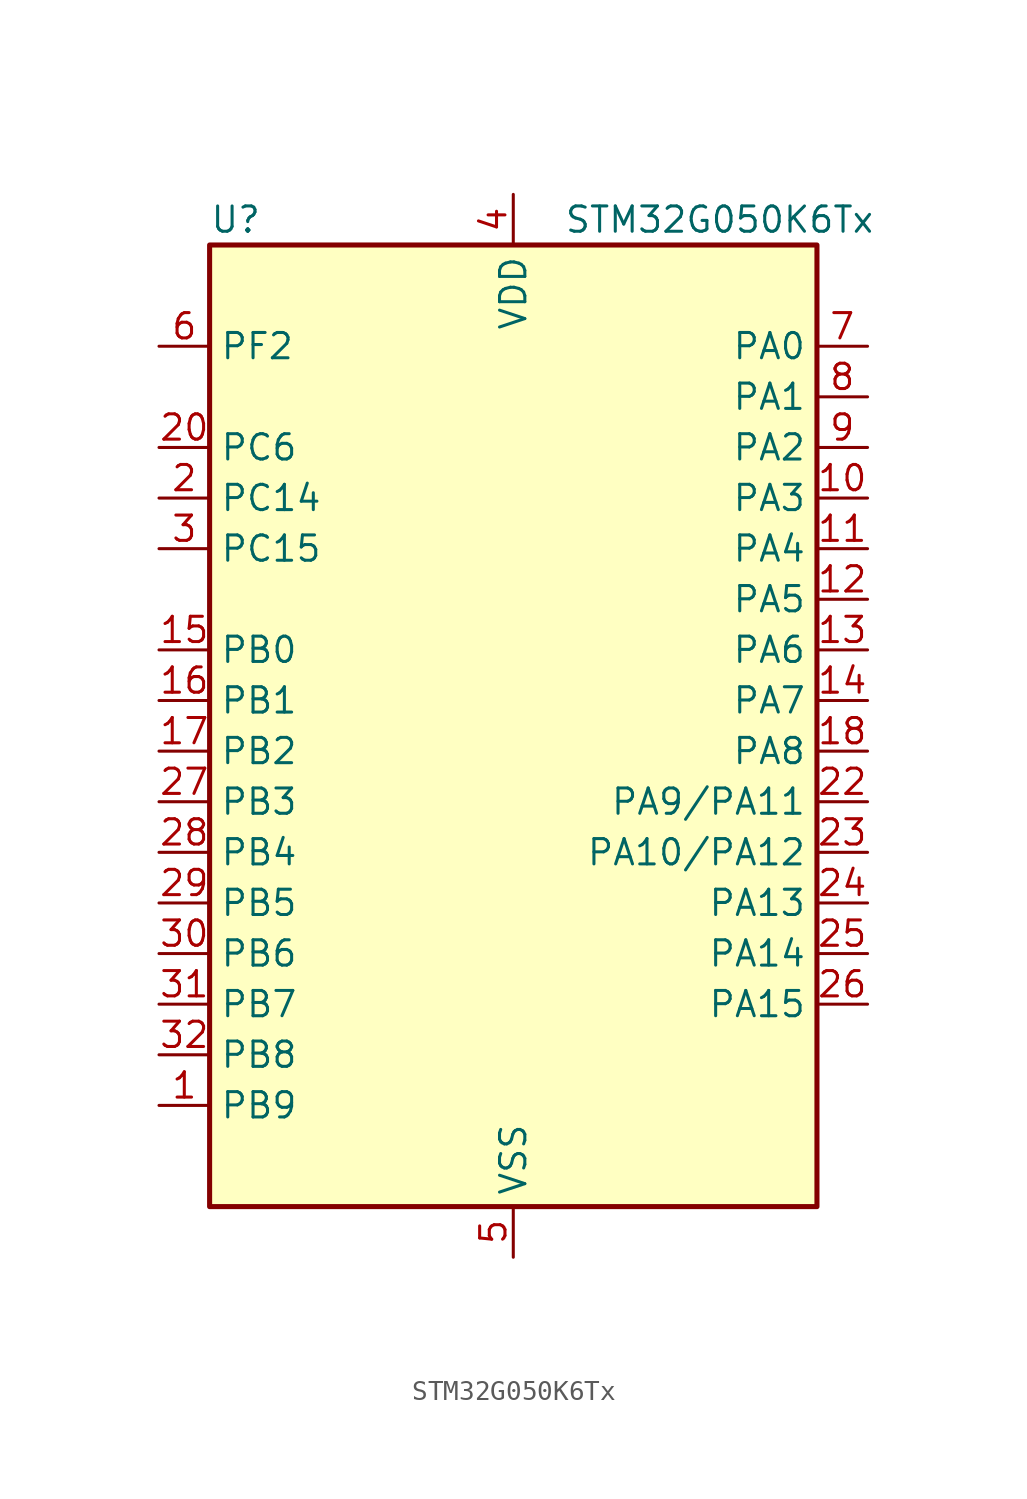
<source format=kicad_sym>
(kicad_symbol_lib
  (version 20241209)
  (generator "kicad_symbol_editor")
  (generator_version "9.0")
  (symbol "STM32G050K6Tx"
    (property "Reference" "U"
      (at -15.24 26.67 0)
      (effects (font (size 1.27 1.27)) (justify left)))
    (property "Value" "STM32G050K6Tx"
      (at 2.54 26.67 0)
      (effects (font (size 1.27 1.27)) (justify left)))
    (symbol "STM32G050K6Tx_0_1"
      (rectangle (start -15.24 -22.86) (end 15.24 25.4) (stroke (width 0.254) (type default)) (fill (type background))))
    (symbol "STM32G050K6Tx_1_1"
      (pin bidirectional line (at -17.78 20.32 0) (length 2.54) (name "PF2" (effects (font (size 1.27 1.27)))) (number "6" (effects (font (size 1.27 1.27)))) (alternate "RCC_MCO" bidirectional line))
      (pin bidirectional line (at -17.78 15.24 0) (length 2.54) (name "PC6" (effects (font (size 1.27 1.27)))) (number "20" (effects (font (size 1.27 1.27)))) (alternate "TIM3_CH1" bidirectional line))
      (pin bidirectional line (at -17.78 12.7 0) (length 2.54) (name "PC14" (effects (font (size 1.27 1.27)))) (number "2" (effects (font (size 1.27 1.27)))) (alternate "RCC_OSC32_IN" bidirectional line) (alternate "RCC_OSC_IN" bidirectional line) (alternate "TIM1_BK2" bidirectional line))
      (pin bidirectional line (at -17.78 10.16 0) (length 2.54) (name "PC15" (effects (font (size 1.27 1.27)))) (number "3" (effects (font (size 1.27 1.27)))) (alternate "RCC_OSC32_EN" bidirectional line) (alternate "RCC_OSC32_OUT" bidirectional line) (alternate "RCC_OSC_EN" bidirectional line) (alternate "TIM15_BK" bidirectional line))
      (pin bidirectional line (at -17.78 5.08 0) (length 2.54) (name "PB0" (effects (font (size 1.27 1.27)))) (number "15" (effects (font (size 1.27 1.27)))) (alternate "ADC1_IN8" bidirectional line) (alternate "I2S1_WS" bidirectional line) (alternate "SPI1_NSS" bidirectional line) (alternate "TIM1_CH2N" bidirectional line) (alternate "TIM3_CH3" bidirectional line))
      (pin bidirectional line (at -17.78 2.54 0) (length 2.54) (name "PB1" (effects (font (size 1.27 1.27)))) (number "16" (effects (font (size 1.27 1.27)))) (alternate "ADC1_IN9" bidirectional line) (alternate "TIM14_CH1" bidirectional line) (alternate "TIM1_CH3N" bidirectional line) (alternate "TIM3_CH4" bidirectional line))
      (pin bidirectional line (at -17.78 0 0) (length 2.54) (name "PB2" (effects (font (size 1.27 1.27)))) (number "17" (effects (font (size 1.27 1.27)))) (alternate "ADC1_IN10" bidirectional line) (alternate "SPI2_MISO" bidirectional line))
      (pin bidirectional line (at -17.78 -2.54 0) (length 2.54) (name "PB3" (effects (font (size 1.27 1.27)))) (number "27" (effects (font (size 1.27 1.27)))) (alternate "I2S1_CK" bidirectional line) (alternate "SPI1_SCK" bidirectional line) (alternate "TIM1_CH2" bidirectional line) (alternate "USART1_CK" bidirectional line) (alternate "USART1_DE" bidirectional line) (alternate "USART1_RTS" bidirectional line))
      (pin bidirectional line (at -17.78 -5.08 0) (length 2.54) (name "PB4" (effects (font (size 1.27 1.27)))) (number "28" (effects (font (size 1.27 1.27)))) (alternate "I2S1_MCK" bidirectional line) (alternate "SPI1_MISO" bidirectional line) (alternate "TIM17_BK" bidirectional line) (alternate "TIM3_CH1" bidirectional line) (alternate "USART1_CTS" bidirectional line) (alternate "USART1_NSS" bidirectional line))
      (pin bidirectional line (at -17.78 -7.62 0) (length 2.54) (name "PB5" (effects (font (size 1.27 1.27)))) (number "29" (effects (font (size 1.27 1.27)))) (alternate "I2C1_SMBA" bidirectional line) (alternate "I2S1_SD" bidirectional line) (alternate "SPI1_MOSI" bidirectional line) (alternate "SYS_WKUP6" bidirectional line) (alternate "TIM16_BK" bidirectional line) (alternate "TIM3_CH2" bidirectional line))
      (pin bidirectional line (at -17.78 -10.16 0) (length 2.54) (name "PB6" (effects (font (size 1.27 1.27)))) (number "30" (effects (font (size 1.27 1.27)))) (alternate "I2C1_SCL" bidirectional line) (alternate "SPI2_MISO" bidirectional line) (alternate "TIM16_CH1N" bidirectional line) (alternate "TIM1_CH3" bidirectional line) (alternate "USART1_TX" bidirectional line))
      (pin bidirectional line (at -17.78 -12.7 0) (length 2.54) (name "PB7" (effects (font (size 1.27 1.27)))) (number "31" (effects (font (size 1.27 1.27)))) (alternate "ADC1_IN11" bidirectional line) (alternate "I2C1_SDA" bidirectional line) (alternate "SPI2_MOSI" bidirectional line) (alternate "SYS_PVD_IN" bidirectional line) (alternate "TIM17_CH1N" bidirectional line) (alternate "USART1_RX" bidirectional line))
      (pin bidirectional line (at -17.78 -15.24 0) (length 2.54) (name "PB8" (effects (font (size 1.27 1.27)))) (number "32" (effects (font (size 1.27 1.27)))) (alternate "I2C1_SCL" bidirectional line) (alternate "SPI2_SCK" bidirectional line) (alternate "TIM15_BK" bidirectional line) (alternate "TIM16_CH1" bidirectional line))
      (pin bidirectional line (at -17.78 -17.78 0) (length 2.54) (name "PB9" (effects (font (size 1.27 1.27)))) (number "1" (effects (font (size 1.27 1.27)))) (alternate "I2C1_SDA" bidirectional line) (alternate "IR_OUT" bidirectional line) (alternate "SPI2_NSS" bidirectional line) (alternate "TIM17_CH1" bidirectional line))
      (pin no_connect line (at -15.24 -20.32 0) (length 2.54) (hide yes) (name "NC/PA10" (effects (font (size 1.27 1.27)))) (number "21" (effects (font (size 1.27 1.27)))) (alternate "I2C1_SDA (PA10)" bidirectional line) (alternate "NC" bidirectional line) (alternate "PA10" bidirectional line) (alternate "SPI2_MOSI (PA10)" bidirectional line) (alternate "TIM17_BK (PA10)" bidirectional line) (alternate "TIM1_CH3 (PA10)" bidirectional line) (alternate "USART1_RX (PA10)" bidirectional line))
      (pin no_connect line (at -15.24 -22.86 0) (length 2.54) (hide yes) (name "NC/PA9" (effects (font (size 1.27 1.27)))) (number "19" (effects (font (size 1.27 1.27)))) (alternate "I2C1_SCL (PA9)" bidirectional line) (alternate "NC" bidirectional line) (alternate "PA9" bidirectional line) (alternate "RCC_MCO (PA9)" bidirectional line) (alternate "SPI2_MISO (PA9)" bidirectional line) (alternate "TIM15_BK (PA9)" bidirectional line) (alternate "TIM1_CH2 (PA9)" bidirectional line) (alternate "USART1_TX (PA9)" bidirectional line))
      (pin power_in line (at 0 27.94 270) (length 2.54) (name "VDD" (effects (font (size 1.27 1.27)))) (number "4" (effects (font (size 1.27 1.27)))))
      (pin power_in line (at 0 -25.4 90) (length 2.54) (name "VSS" (effects (font (size 1.27 1.27)))) (number "5" (effects (font (size 1.27 1.27)))))
      (pin bidirectional line (at 17.78 20.32 180) (length 2.54) (name "PA0" (effects (font (size 1.27 1.27)))) (number "7" (effects (font (size 1.27 1.27)))) (alternate "ADC1_IN0" bidirectional line) (alternate "RTC_TAMP_IN2" bidirectional line) (alternate "SPI2_SCK" bidirectional line) (alternate "SYS_WKUP1" bidirectional line) (alternate "USART2_CTS" bidirectional line) (alternate "USART2_NSS" bidirectional line))
      (pin bidirectional line (at 17.78 17.78 180) (length 2.54) (name "PA1" (effects (font (size 1.27 1.27)))) (number "8" (effects (font (size 1.27 1.27)))) (alternate "ADC1_IN1" bidirectional line) (alternate "I2C1_SMBA" bidirectional line) (alternate "I2S1_CK" bidirectional line) (alternate "SPI1_SCK" bidirectional line) (alternate "TIM15_CH1N" bidirectional line) (alternate "USART2_CK" bidirectional line) (alternate "USART2_DE" bidirectional line) (alternate "USART2_RTS" bidirectional line))
      (pin bidirectional line (at 17.78 15.24 180) (length 2.54) (name "PA2" (effects (font (size 1.27 1.27)))) (number "9" (effects (font (size 1.27 1.27)))) (alternate "ADC1_IN2" bidirectional line) (alternate "I2S1_SD" bidirectional line) (alternate "RCC_LSCO" bidirectional line) (alternate "SPI1_MOSI" bidirectional line) (alternate "SYS_WKUP4" bidirectional line) (alternate "TIM15_CH1" bidirectional line) (alternate "USART2_TX" bidirectional line))
      (pin bidirectional line (at 17.78 12.7 180) (length 2.54) (name "PA3" (effects (font (size 1.27 1.27)))) (number "10" (effects (font (size 1.27 1.27)))) (alternate "ADC1_IN3" bidirectional line) (alternate "SPI2_MISO" bidirectional line) (alternate "TIM15_CH2" bidirectional line) (alternate "USART2_RX" bidirectional line))
      (pin bidirectional line (at 17.78 10.16 180) (length 2.54) (name "PA4" (effects (font (size 1.27 1.27)))) (number "11" (effects (font (size 1.27 1.27)))) (alternate "ADC1_IN4" bidirectional line) (alternate "I2S1_WS" bidirectional line) (alternate "RTC_OUT1" bidirectional line) (alternate "RTC_TAMP_IN1" bidirectional line) (alternate "RTC_TS" bidirectional line) (alternate "SPI1_NSS" bidirectional line) (alternate "SPI2_MOSI" bidirectional line) (alternate "SYS_WKUP2" bidirectional line) (alternate "TIM14_CH1" bidirectional line))
      (pin bidirectional line (at 17.78 7.62 180) (length 2.54) (name "PA5" (effects (font (size 1.27 1.27)))) (number "12" (effects (font (size 1.27 1.27)))) (alternate "ADC1_IN5" bidirectional line) (alternate "I2S1_CK" bidirectional line) (alternate "SPI1_SCK" bidirectional line))
      (pin bidirectional line (at 17.78 5.08 180) (length 2.54) (name "PA6" (effects (font (size 1.27 1.27)))) (number "13" (effects (font (size 1.27 1.27)))) (alternate "ADC1_IN6" bidirectional line) (alternate "I2S1_MCK" bidirectional line) (alternate "SPI1_MISO" bidirectional line) (alternate "TIM16_CH1" bidirectional line) (alternate "TIM1_BK" bidirectional line) (alternate "TIM3_CH1" bidirectional line))
      (pin bidirectional line (at 17.78 2.54 180) (length 2.54) (name "PA7" (effects (font (size 1.27 1.27)))) (number "14" (effects (font (size 1.27 1.27)))) (alternate "ADC1_IN7" bidirectional line) (alternate "I2S1_SD" bidirectional line) (alternate "SPI1_MOSI" bidirectional line) (alternate "TIM14_CH1" bidirectional line) (alternate "TIM17_CH1" bidirectional line) (alternate "TIM1_CH1N" bidirectional line) (alternate "TIM3_CH2" bidirectional line))
      (pin bidirectional line (at 17.78 0 180) (length 2.54) (name "PA8" (effects (font (size 1.27 1.27)))) (number "18" (effects (font (size 1.27 1.27)))) (alternate "RCC_MCO" bidirectional line) (alternate "SPI2_NSS" bidirectional line) (alternate "TIM1_CH1" bidirectional line))
      (pin bidirectional line (at 17.78 -2.54 180) (length 2.54) (name "PA9/PA11" (effects (font (size 1.27 1.27)))) (number "22" (effects (font (size 1.27 1.27)))) (alternate "ADC1_EXTI11 (PA11)" bidirectional line) (alternate "ADC1_IN15 (PA11)" bidirectional line) (alternate "I2C1_SCL (PA9)" bidirectional line) (alternate "I2C2_SCL (PA11)" bidirectional line) (alternate "I2S1_MCK (PA11)" bidirectional line) (alternate "PA11" bidirectional line) (alternate "PA9" bidirectional line) (alternate "RCC_MCO (PA9)" bidirectional line) (alternate "SPI1_MISO (PA11)" bidirectional line) (alternate "SPI2_MISO (PA9)" bidirectional line) (alternate "TIM15_BK (PA9)" bidirectional line) (alternate "TIM1_BK2 (PA11)" bidirectional line) (alternate "TIM1_CH2 (PA9)" bidirectional line) (alternate "TIM1_CH4 (PA11)" bidirectional line) (alternate "USART1_CTS (PA11)" bidirectional line) (alternate "USART1_NSS (PA11)" bidirectional line) (alternate "USART1_TX (PA9)" bidirectional line))
      (pin bidirectional line (at 17.78 -5.08 180) (length 2.54) (name "PA10/PA12" (effects (font (size 1.27 1.27)))) (number "23" (effects (font (size 1.27 1.27)))) (alternate "ADC1_IN16 (PA12)" bidirectional line) (alternate "I2C1_SDA (PA10)" bidirectional line) (alternate "I2C2_SDA (PA12)" bidirectional line) (alternate "I2S1_SD (PA12)" bidirectional line) (alternate "I2S_CKIN (PA12)" bidirectional line) (alternate "PA10" bidirectional line) (alternate "PA12" bidirectional line) (alternate "SPI1_MOSI (PA12)" bidirectional line) (alternate "SPI2_MOSI (PA10)" bidirectional line) (alternate "TIM17_BK (PA10)" bidirectional line) (alternate "TIM1_CH3 (PA10)" bidirectional line) (alternate "TIM1_ETR (PA12)" bidirectional line) (alternate "USART1_CK (PA12)" bidirectional line) (alternate "USART1_DE (PA12)" bidirectional line) (alternate "USART1_RTS (PA12)" bidirectional line) (alternate "USART1_RX (PA10)" bidirectional line))
      (pin bidirectional line (at 17.78 -7.62 180) (length 2.54) (name "PA13" (effects (font (size 1.27 1.27)))) (number "24" (effects (font (size 1.27 1.27)))) (alternate "ADC1_IN17" bidirectional line) (alternate "IR_OUT" bidirectional line) (alternate "SYS_SWDIO" bidirectional line))
      (pin bidirectional line (at 17.78 -10.16 180) (length 2.54) (name "PA14" (effects (font (size 1.27 1.27)))) (number "25" (effects (font (size 1.27 1.27)))) (alternate "ADC1_IN18" bidirectional line) (alternate "SYS_SWCLK" bidirectional line) (alternate "USART2_TX" bidirectional line))
      (pin bidirectional line (at 17.78 -12.7 180) (length 2.54) (name "PA15" (effects (font (size 1.27 1.27)))) (number "26" (effects (font (size 1.27 1.27)))) (alternate "I2S1_WS" bidirectional line) (alternate "SPI1_NSS" bidirectional line) (alternate "USART2_RX" bidirectional line)))))
</source>
